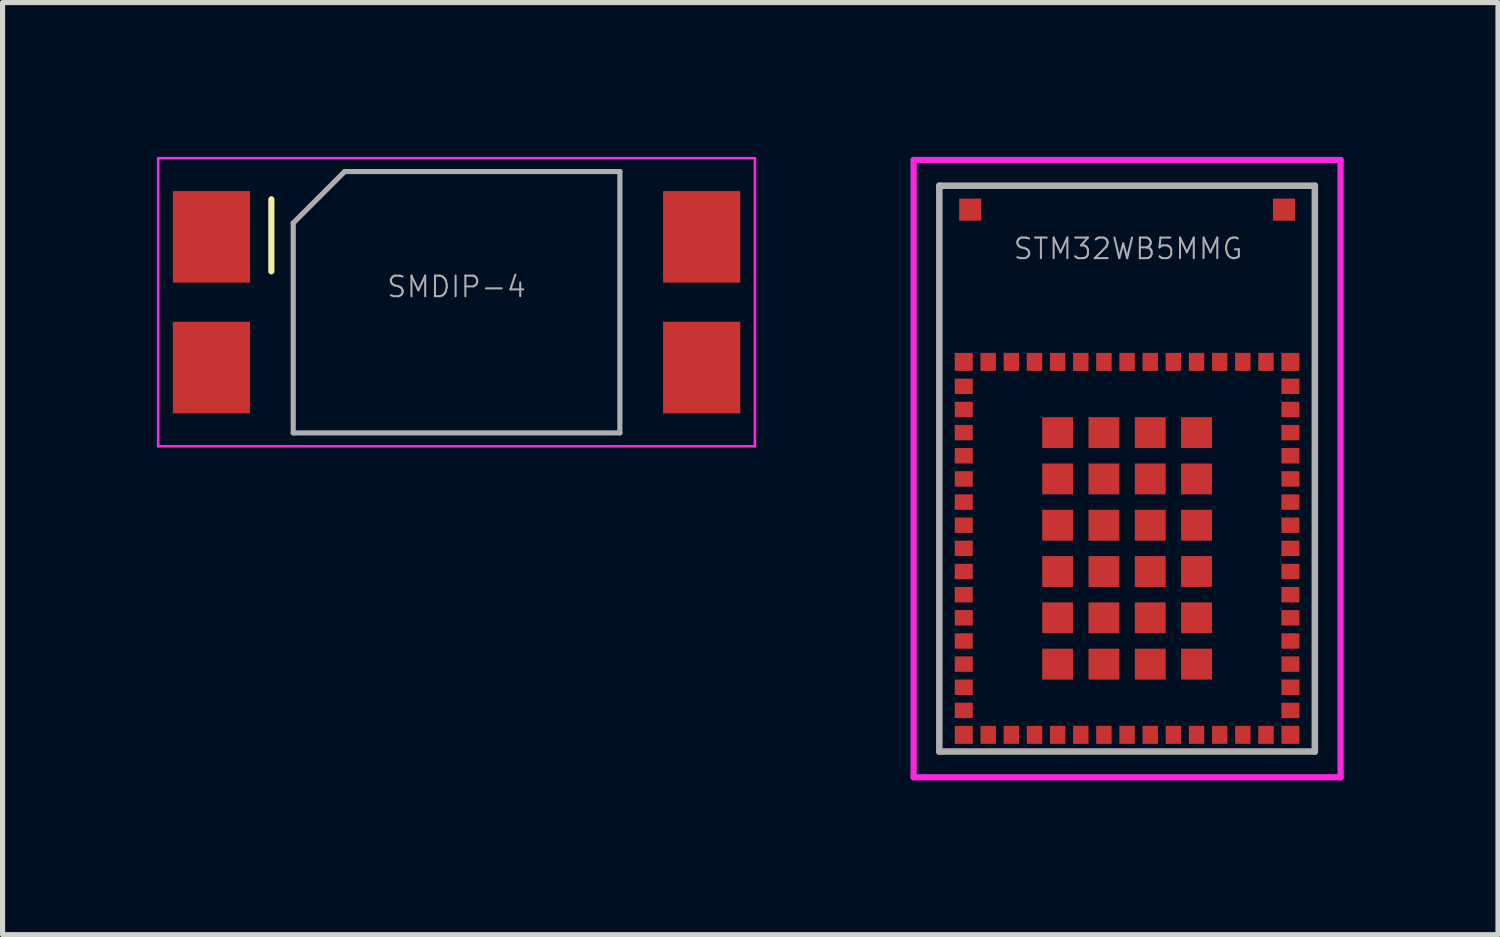
<source format=kicad_pcb>
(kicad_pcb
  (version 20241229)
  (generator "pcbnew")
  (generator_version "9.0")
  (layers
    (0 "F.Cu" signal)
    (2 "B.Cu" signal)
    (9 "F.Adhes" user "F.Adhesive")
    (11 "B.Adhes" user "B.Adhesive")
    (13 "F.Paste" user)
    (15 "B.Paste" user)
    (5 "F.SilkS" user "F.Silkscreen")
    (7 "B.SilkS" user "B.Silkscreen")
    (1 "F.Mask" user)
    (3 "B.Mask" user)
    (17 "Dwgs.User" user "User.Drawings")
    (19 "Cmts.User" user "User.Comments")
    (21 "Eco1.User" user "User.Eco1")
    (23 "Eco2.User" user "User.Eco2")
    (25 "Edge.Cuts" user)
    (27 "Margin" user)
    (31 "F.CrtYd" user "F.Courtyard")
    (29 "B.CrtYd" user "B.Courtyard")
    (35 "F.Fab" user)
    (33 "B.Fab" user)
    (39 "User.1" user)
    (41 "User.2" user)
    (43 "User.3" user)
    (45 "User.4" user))
  (footprint "STM32WB5MMG"
    (layer "F.Cu")
    (at 15.81 1.025)
    (property "Reference" "STM32WB5MMG" (at 3.07 0.76 0) (layer "F.Fab") (effects (font (size 0.4 0.4) (thickness 0.04))))
    (attr smd)
    (fp_line (start -1.1 -0.965) (end -1.1 11.035) (stroke (width 0.12) (type solid)) (layer "F.CrtYd"))
    (fp_line (start -1.1 -0.965) (end 7.2 -0.965) (stroke (width 0.12) (type solid)) (layer "F.CrtYd"))
    (fp_line (start -1.1 11.035) (end 7.2 11.035) (stroke (width 0.12) (type solid)) (layer "F.CrtYd"))
    (fp_line (start 7.2 -0.965) (end 7.2 11.035) (stroke (width 0.12) (type solid)) (layer "F.CrtYd"))
    (fp_line (start -0.6 -0.465) (end -0.6 10.535) (stroke (width 0.127) (type solid)) (layer "F.Fab"))
    (fp_line (start -0.6 -0.465) (end 6.7 -0.465) (stroke (width 0.127) (type solid)) (layer "F.Fab"))
    (fp_line (start -0.6 10.535) (end 6.7 10.535) (stroke (width 0.127) (type solid)) (layer "F.Fab"))
    (fp_line (start 6.7 -0.465) (end 6.7 10.535) (stroke (width 0.127) (type solid)) (layer "F.Fab"))
    (pad "1" smd rect (at -0.125 2.96) (size 0.35 0.35) (layers "F.Cu" "F.Mask" "F.Paste"))
    (pad "2" smd rect (at -0.125 3.435) (size 0.35 0.3) (layers "F.Cu" "F.Mask" "F.Paste"))
    (pad "3" smd rect (at -0.125 3.885) (size 0.35 0.3) (layers "F.Cu" "F.Mask" "F.Paste"))
    (pad "4" smd rect (at -0.125 4.335) (size 0.35 0.3) (layers "F.Cu" "F.Mask" "F.Paste"))
    (pad "5" smd rect (at -0.125 4.785) (size 0.35 0.3) (layers "F.Cu" "F.Mask" "F.Paste"))
    (pad "6" smd rect (at -0.125 5.235) (size 0.35 0.3) (layers "F.Cu" "F.Mask" "F.Paste"))
    (pad "7" smd rect (at -0.125 5.685) (size 0.35 0.3) (layers "F.Cu" "F.Mask" "F.Paste"))
    (pad "8" smd rect (at -0.125 6.135) (size 0.35 0.3) (layers "F.Cu" "F.Mask" "F.Paste"))
    (pad "9" smd rect (at -0.125 6.585) (size 0.35 0.3) (layers "F.Cu" "F.Mask" "F.Paste"))
    (pad "10" smd rect (at -0.125 7.035) (size 0.35 0.3) (layers "F.Cu" "F.Mask" "F.Paste"))
    (pad "11" smd rect (at -0.125 7.485) (size 0.35 0.3) (layers "F.Cu" "F.Mask" "F.Paste"))
    (pad "12" smd rect (at -0.125 7.935) (size 0.35 0.3) (layers "F.Cu" "F.Mask" "F.Paste"))
    (pad "13" smd rect (at -0.125 8.385) (size 0.35 0.3) (layers "F.Cu" "F.Mask" "F.Paste"))
    (pad "14" smd rect (at -0.125 8.835) (size 0.35 0.3) (layers "F.Cu" "F.Mask" "F.Paste"))
    (pad "15" smd rect (at -0.125 9.285) (size 0.35 0.3) (layers "F.Cu" "F.Mask" "F.Paste"))
    (pad "16" smd rect (at -0.125 9.735) (size 0.35 0.3) (layers "F.Cu" "F.Mask" "F.Paste"))
    (pad "17" smd rect (at -0.125 10.21) (size 0.35 0.35) (layers "F.Cu" "F.Mask" "F.Paste"))
    (pad "18" smd rect (at 0.35 10.21) (size 0.3 0.35) (layers "F.Cu" "F.Mask" "F.Paste"))
    (pad "19" smd rect (at 0.8 10.21) (size 0.3 0.35) (layers "F.Cu" "F.Mask" "F.Paste"))
    (pad "20" smd rect (at 1.25 10.21) (size 0.3 0.35) (layers "F.Cu" "F.Mask" "F.Paste"))
    (pad "21" smd rect (at 1.7 10.21) (size 0.3 0.35) (layers "F.Cu" "F.Mask" "F.Paste"))
    (pad "22" smd rect (at 2.15 10.21) (size 0.3 0.35) (layers "F.Cu" "F.Mask" "F.Paste"))
    (pad "23" smd rect (at 2.6 10.21) (size 0.3 0.35) (layers "F.Cu" "F.Mask" "F.Paste"))
    (pad "24" smd rect (at 3.05 10.21) (size 0.3 0.35) (layers "F.Cu" "F.Mask" "F.Paste"))
    (pad "25" smd rect (at 3.5 10.21) (size 0.3 0.35) (layers "F.Cu" "F.Mask" "F.Paste"))
    (pad "26" smd rect (at 3.95 10.21) (size 0.3 0.35) (layers "F.Cu" "F.Mask" "F.Paste"))
    (pad "27" smd rect (at 4.4 10.21) (size 0.3 0.35) (layers "F.Cu" "F.Mask" "F.Paste"))
    (pad "28" smd rect (at 4.85 10.21) (size 0.3 0.35) (layers "F.Cu" "F.Mask" "F.Paste"))
    (pad "29" smd rect (at 5.3 10.21) (size 0.3 0.35) (layers "F.Cu" "F.Mask" "F.Paste"))
    (pad "30" smd rect (at 5.75 10.21) (size 0.3 0.35) (layers "F.Cu" "F.Mask" "F.Paste"))
    (pad "31" smd rect (at 6.225 10.21) (size 0.35 0.35) (layers "F.Cu" "F.Mask" "F.Paste"))
    (pad "32" smd rect (at 6.225 9.735) (size 0.35 0.3) (layers "F.Cu" "F.Mask" "F.Paste"))
    (pad "33" smd rect (at 6.225 9.285) (size 0.35 0.3) (layers "F.Cu" "F.Mask" "F.Paste"))
    (pad "34" smd rect (at 6.225 8.835) (size 0.35 0.3) (layers "F.Cu" "F.Mask" "F.Paste"))
    (pad "35" smd rect (at 6.225 8.385) (size 0.35 0.3) (layers "F.Cu" "F.Mask" "F.Paste"))
    (pad "36" smd rect (at 6.225 7.935) (size 0.35 0.3) (layers "F.Cu" "F.Mask" "F.Paste"))
    (pad "37" smd rect (at 6.225 7.485) (size 0.35 0.3) (layers "F.Cu" "F.Mask" "F.Paste"))
    (pad "38" smd rect (at 6.225 7.035) (size 0.35 0.3) (layers "F.Cu" "F.Mask" "F.Paste"))
    (pad "39" smd rect (at 6.225 6.585) (size 0.35 0.3) (layers "F.Cu" "F.Mask" "F.Paste"))
    (pad "40" smd rect (at 6.225 6.135) (size 0.35 0.3) (layers "F.Cu" "F.Mask" "F.Paste"))
    (pad "41" smd rect (at 6.225 5.685) (size 0.35 0.3) (layers "F.Cu" "F.Mask" "F.Paste"))
    (pad "42" smd rect (at 6.225 5.235) (size 0.35 0.3) (layers "F.Cu" "F.Mask" "F.Paste"))
    (pad "43" smd rect (at 6.225 4.785) (size 0.35 0.3) (layers "F.Cu" "F.Mask" "F.Paste"))
    (pad "44" smd rect (at 6.225 4.335) (size 0.35 0.3) (layers "F.Cu" "F.Mask" "F.Paste"))
    (pad "45" smd rect (at 6.225 3.885) (size 0.35 0.3) (layers "F.Cu" "F.Mask" "F.Paste"))
    (pad "46" smd rect (at 6.225 3.435) (size 0.35 0.3) (layers "F.Cu" "F.Mask" "F.Paste"))
    (pad "47" smd rect (at 6.225 2.96) (size 0.35 0.35) (layers "F.Cu" "F.Mask" "F.Paste"))
    (pad "48" smd rect (at 5.75 2.96) (size 0.3 0.35) (layers "F.Cu" "F.Mask" "F.Paste"))
    (pad "49" smd rect (at 5.3 2.96) (size 0.3 0.35) (layers "F.Cu" "F.Mask" "F.Paste"))
    (pad "50" smd rect (at 4.85 2.96) (size 0.3 0.35) (layers "F.Cu" "F.Mask" "F.Paste"))
    (pad "51" smd rect (at 4.4 2.96) (size 0.3 0.35) (layers "F.Cu" "F.Mask" "F.Paste"))
    (pad "52" smd rect (at 3.95 2.96) (size 0.3 0.35) (layers "F.Cu" "F.Mask" "F.Paste"))
    (pad "53" smd rect (at 3.5 2.96) (size 0.3 0.35) (layers "F.Cu" "F.Mask" "F.Paste"))
    (pad "54" smd rect (at 3.05 2.96) (size 0.3 0.35) (layers "F.Cu" "F.Mask" "F.Paste"))
    (pad "55" smd rect (at 2.6 2.96) (size 0.3 0.35) (layers "F.Cu" "F.Mask" "F.Paste"))
    (pad "56" smd rect (at 2.15 2.96) (size 0.3 0.35) (layers "F.Cu" "F.Mask" "F.Paste"))
    (pad "57" smd rect (at 1.7 2.96) (size 0.3 0.35) (layers "F.Cu" "F.Mask" "F.Paste"))
    (pad "58" smd rect (at 1.25 2.96) (size 0.3 0.35) (layers "F.Cu" "F.Mask" "F.Paste"))
    (pad "59" smd rect (at 0.8 2.96) (size 0.3 0.35) (layers "F.Cu" "F.Mask" "F.Paste"))
    (pad "60" smd rect (at 0.35 2.96) (size 0.3 0.35) (layers "F.Cu" "F.Mask" "F.Paste"))
    (pad "61" smd rect (at 1.7 4.335) (size 0.6 0.6) (layers "F.Cu" "F.Mask" "F.Paste"))
    (pad "62" smd rect (at 1.7 5.235) (size 0.6 0.6) (layers "F.Cu" "F.Mask" "F.Paste"))
    (pad "63" smd rect (at 1.7 6.135) (size 0.6 0.6) (layers "F.Cu" "F.Mask" "F.Paste"))
    (pad "64" smd rect (at 1.7 7.035) (size 0.6 0.6) (layers "F.Cu" "F.Mask" "F.Paste"))
    (pad "65" smd rect (at 1.7 7.935) (size 0.6 0.6) (layers "F.Cu" "F.Mask" "F.Paste"))
    (pad "66" smd rect (at 1.7 8.835) (size 0.6 0.6) (layers "F.Cu" "F.Mask" "F.Paste"))
    (pad "67" smd rect (at 2.6 8.835) (size 0.6 0.6) (layers "F.Cu" "F.Mask" "F.Paste"))
    (pad "68" smd rect (at 3.5 8.835) (size 0.6 0.6) (layers "F.Cu" "F.Mask" "F.Paste"))
    (pad "69" smd rect (at 4.4 8.835) (size 0.6 0.6) (layers "F.Cu" "F.Mask" "F.Paste"))
    (pad "70" smd rect (at 4.4 7.935) (size 0.6 0.6) (layers "F.Cu" "F.Mask" "F.Paste"))
    (pad "71" smd rect (at 4.4 7.035) (size 0.6 0.6) (layers "F.Cu" "F.Mask" "F.Paste"))
    (pad "72" smd rect (at 4.4 6.135) (size 0.6 0.6) (layers "F.Cu" "F.Mask" "F.Paste"))
    (pad "73" smd rect (at 4.4 5.235) (size 0.6 0.6) (layers "F.Cu" "F.Mask" "F.Paste"))
    (pad "74" smd rect (at 4.4 4.335) (size 0.6 0.6) (layers "F.Cu" "F.Mask" "F.Paste"))
    (pad "75" smd rect (at 3.5 4.335) (size 0.6 0.6) (layers "F.Cu" "F.Mask" "F.Paste"))
    (pad "76" smd rect (at 2.6 4.335) (size 0.6 0.6) (layers "F.Cu" "F.Mask" "F.Paste"))
    (pad "77" smd rect (at 2.6 5.235) (size 0.6 0.6) (layers "F.Cu" "F.Mask" "F.Paste"))
    (pad "78" smd rect (at 2.6 6.135) (size 0.6 0.6) (layers "F.Cu" "F.Mask" "F.Paste"))
    (pad "79" smd rect (at 2.6 7.035) (size 0.6 0.6) (layers "F.Cu" "F.Mask" "F.Paste"))
    (pad "80" smd rect (at 2.6 7.935) (size 0.6 0.6) (layers "F.Cu" "F.Mask" "F.Paste"))
    (pad "81" smd rect (at 3.5 7.935) (size 0.6 0.6) (layers "F.Cu" "F.Mask" "F.Paste"))
    (pad "82" smd rect (at 3.5 7.035) (size 0.6 0.6) (layers "F.Cu" "F.Mask" "F.Paste"))
    (pad "83" smd rect (at 3.5 6.135) (size 0.6 0.6) (layers "F.Cu" "F.Mask" "F.Paste"))
    (pad "84" smd rect (at 3.5 5.235) (size 0.6 0.6) (layers "F.Cu" "F.Mask" "F.Paste"))
    (pad "85" smd rect (at 0 0) (size 0.43 0.43) (layers "F.Cu" "F.Mask" "F.Paste"))
    (pad "86" smd rect (at 6.1 0) (size 0.43 0.43) (layers "F.Cu" "F.Mask" "F.Paste")))
  (footprint "SMDIP-4"
    (layer "F.Cu")
    (at 5.825 2.825)
    (property "Reference" "SMDIP-4" (at 0 -0.3 0) (unlocked yes) (layer "F.Fab") (effects (font (size 0.4 0.4) (thickness 0.04))))
    (attr smd)
    (fp_line (start -3.6 -0.6) (end -3.6 -2) (stroke (width 0.12) (type solid)) (layer "F.SilkS"))
    (fp_line (start -5.8 -2.8) (end -5.8 2.8) (stroke (width 0.05) (type solid)) (layer "F.CrtYd"))
    (fp_line (start -5.8 2.8) (end 5.8 2.8) (stroke (width 0.05) (type solid)) (layer "F.CrtYd"))
    (fp_line (start 5.8 -2.8) (end -5.8 -2.8) (stroke (width 0.05) (type solid)) (layer "F.CrtYd"))
    (fp_line (start 5.8 2.8) (end 5.8 -2.8) (stroke (width 0.05) (type solid)) (layer "F.CrtYd"))
    (fp_line (start -3.175 -1.54) (end -2.175 -2.54) (stroke (width 0.1) (type solid)) (layer "F.Fab"))
    (fp_line (start -3.175 2.54) (end -3.175 -1.54) (stroke (width 0.1) (type solid)) (layer "F.Fab"))
    (fp_line (start -2.175 -2.54) (end 3.175 -2.54) (stroke (width 0.1) (type solid)) (layer "F.Fab"))
    (fp_line (start 3.175 -2.54) (end 3.175 2.54) (stroke (width 0.1) (type solid)) (layer "F.Fab"))
    (fp_line (start 3.175 2.54) (end -3.175 2.54) (stroke (width 0.1) (type solid)) (layer "F.Fab"))
    (pad "1" smd rect (at -4.765 -1.27) (size 1.5 1.78) (layers "F.Cu" "F.Mask" "F.Paste"))
    (pad "2" smd rect (at -4.765 1.27) (size 1.5 1.78) (layers "F.Cu" "F.Mask" "F.Paste"))
    (pad "3" smd rect (at 4.765 1.27) (size 1.5 1.78) (layers "F.Cu" "F.Mask" "F.Paste"))
    (pad "4" smd rect (at 4.765 -1.27) (size 1.5 1.78) (layers "F.Cu" "F.Mask" "F.Paste")))
  (gr_rect
    (start -3 -3)
    (end 26.07 15.12)
    (stroke (width 0.1) (type default))
    (fill no)
    (layer "Edge.Cuts")))
</source>
